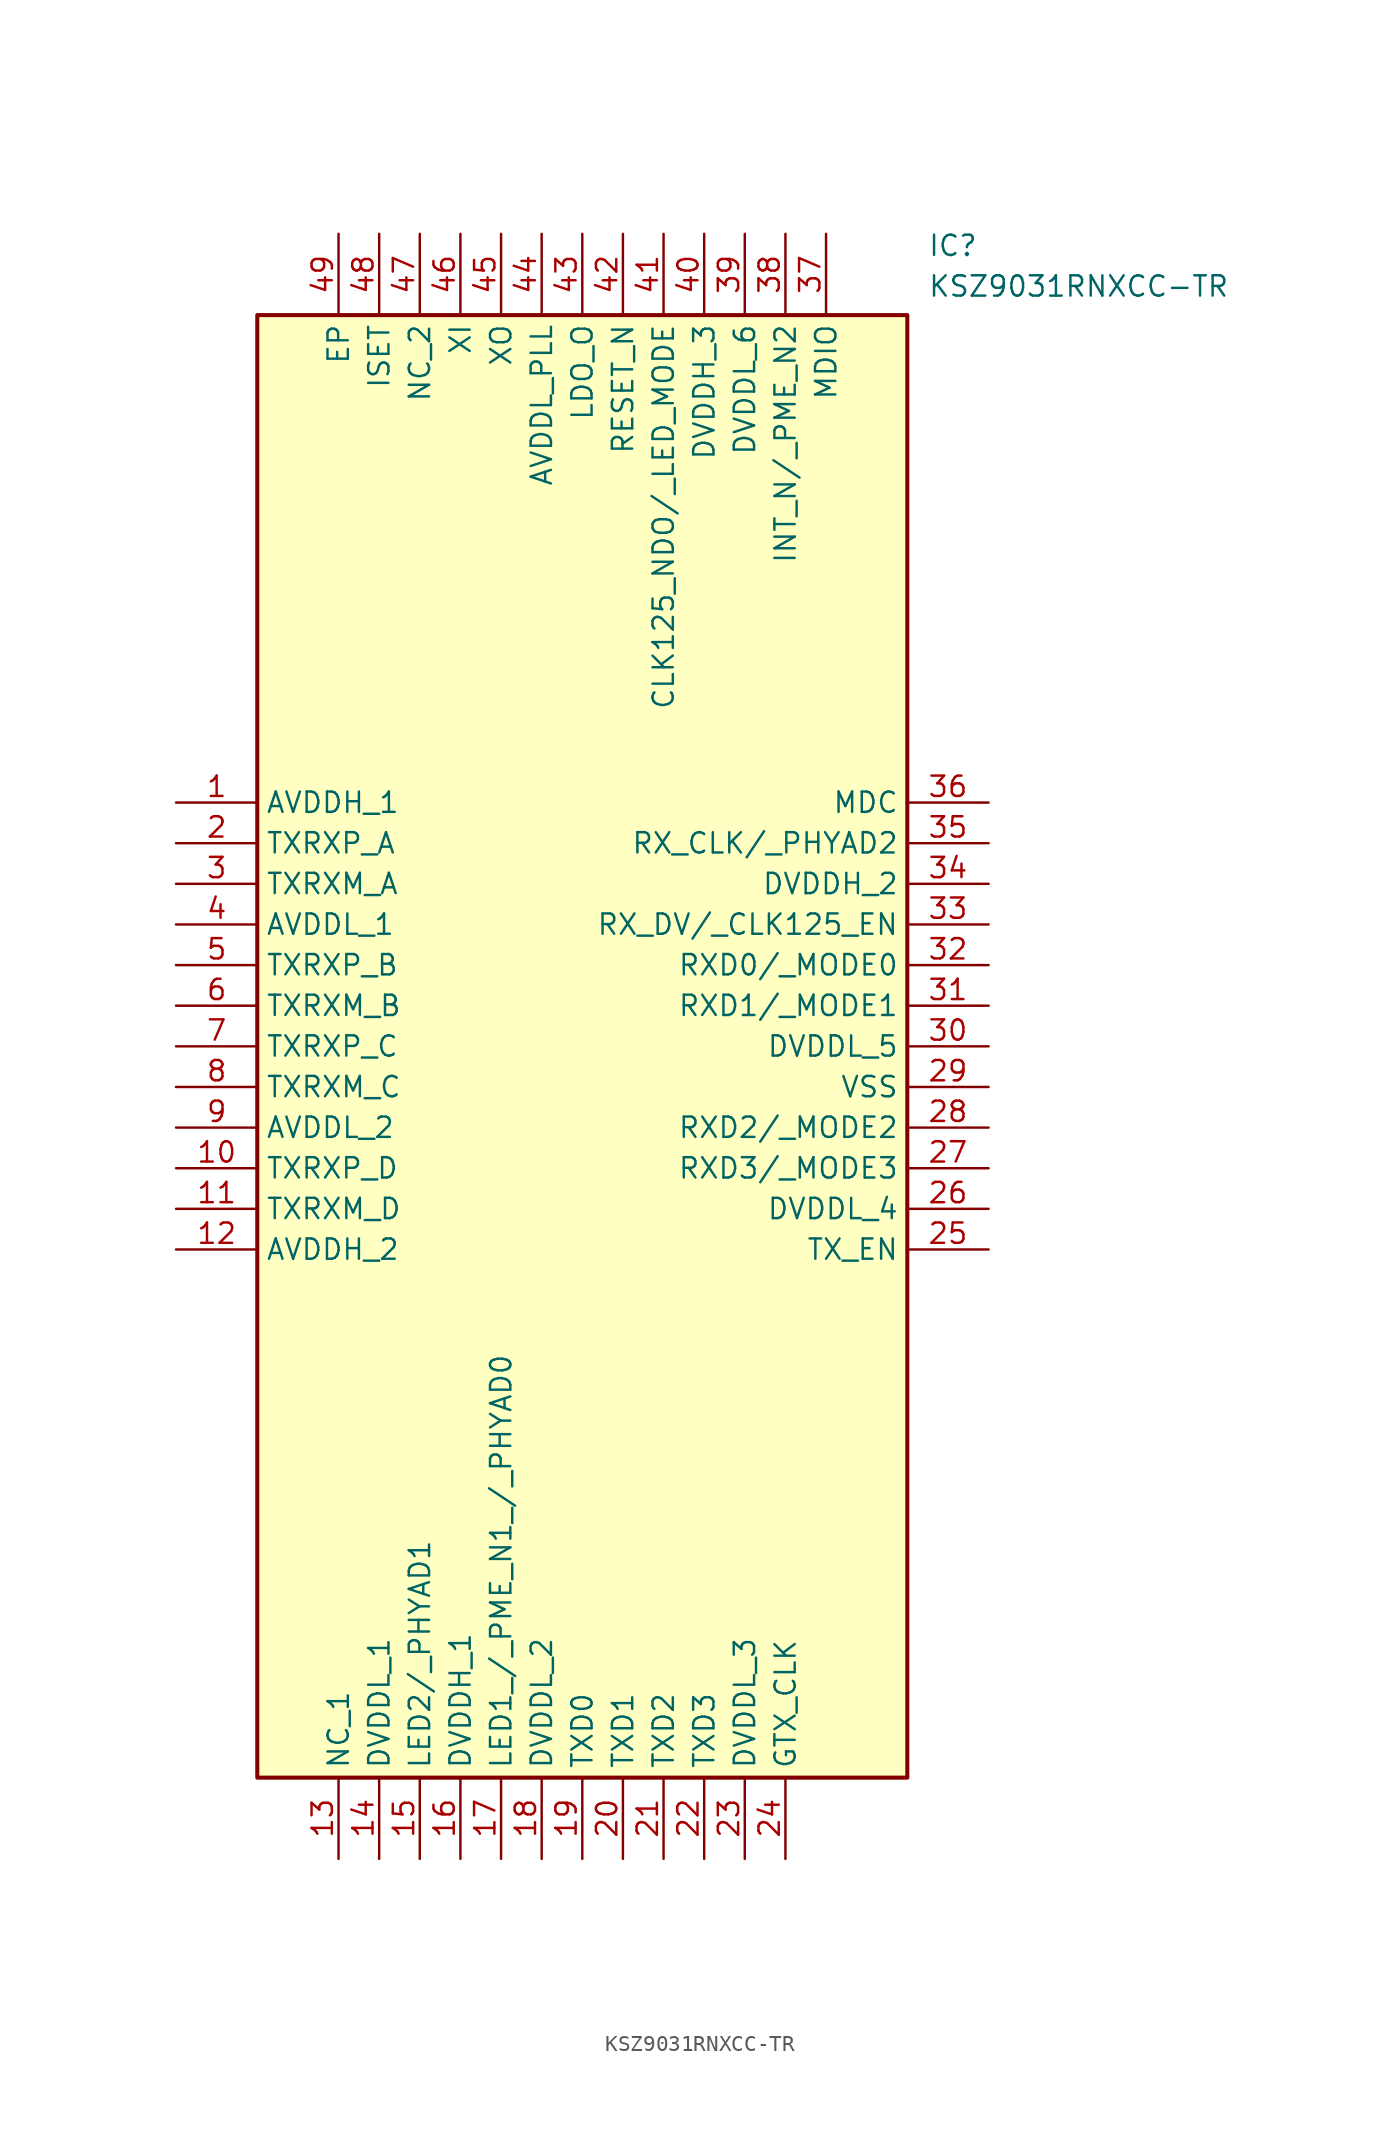
<source format=kicad_sym>
(kicad_symbol_lib
  (version 20211014)
  (generator SamacSys_ECAD_Model)
  (symbol "KSZ9031RNXCC-TR"
    (property "Reference" "IC"
      (at 46.99 35.56 0)
      (effects (font (size 1.27 1.27)) (justify left top)))
    (property "Value" "KSZ9031RNXCC-TR"
      (at 46.99 33.02 0)
      (effects (font (size 1.27 1.27)) (justify left top)))
    (rectangle
      (start 5.08 30.48)
      (end 45.72 -60.96)
      (stroke (width 0.254) (type default))
      (fill (type background)))
    (pin passive line
      (at 0 0 0)
      (length 5.08)
      (name "AVDDH_1" (effects (font (size 1.27 1.27))))
      (number "1" (effects (font (size 1.27 1.27)))))
    (pin passive line
      (at 0 -2.54 0)
      (length 5.08)
      (name "TXRXP_A" (effects (font (size 1.27 1.27))))
      (number "2" (effects (font (size 1.27 1.27)))))
    (pin passive line
      (at 0 -5.08 0)
      (length 5.08)
      (name "TXRXM_A" (effects (font (size 1.27 1.27))))
      (number "3" (effects (font (size 1.27 1.27)))))
    (pin passive line
      (at 0 -7.62 0)
      (length 5.08)
      (name "AVDDL_1" (effects (font (size 1.27 1.27))))
      (number "4" (effects (font (size 1.27 1.27)))))
    (pin passive line
      (at 0 -10.16 0)
      (length 5.08)
      (name "TXRXP_B" (effects (font (size 1.27 1.27))))
      (number "5" (effects (font (size 1.27 1.27)))))
    (pin passive line
      (at 0 -12.7 0)
      (length 5.08)
      (name "TXRXM_B" (effects (font (size 1.27 1.27))))
      (number "6" (effects (font (size 1.27 1.27)))))
    (pin passive line
      (at 0 -15.24 0)
      (length 5.08)
      (name "TXRXP_C" (effects (font (size 1.27 1.27))))
      (number "7" (effects (font (size 1.27 1.27)))))
    (pin passive line
      (at 0 -17.78 0)
      (length 5.08)
      (name "TXRXM_C" (effects (font (size 1.27 1.27))))
      (number "8" (effects (font (size 1.27 1.27)))))
    (pin passive line
      (at 0 -20.32 0)
      (length 5.08)
      (name "AVDDL_2" (effects (font (size 1.27 1.27))))
      (number "9" (effects (font (size 1.27 1.27)))))
    (pin passive line
      (at 0 -22.86 0)
      (length 5.08)
      (name "TXRXP_D" (effects (font (size 1.27 1.27))))
      (number "10" (effects (font (size 1.27 1.27)))))
    (pin passive line
      (at 0 -25.4 0)
      (length 5.08)
      (name "TXRXM_D" (effects (font (size 1.27 1.27))))
      (number "11" (effects (font (size 1.27 1.27)))))
    (pin passive line
      (at 0 -27.94 0)
      (length 5.08)
      (name "AVDDH_2" (effects (font (size 1.27 1.27))))
      (number "12" (effects (font (size 1.27 1.27)))))
    (pin passive line
      (at 10.16 -66.04 90)
      (length 5.08)
      (name "NC_1" (effects (font (size 1.27 1.27))))
      (number "13" (effects (font (size 1.27 1.27)))))
    (pin passive line
      (at 12.7 -66.04 90)
      (length 5.08)
      (name "DVDDL_1" (effects (font (size 1.27 1.27))))
      (number "14" (effects (font (size 1.27 1.27)))))
    (pin passive line
      (at 15.24 -66.04 90)
      (length 5.08)
      (name "LED2/_PHYAD1" (effects (font (size 1.27 1.27))))
      (number "15" (effects (font (size 1.27 1.27)))))
    (pin passive line
      (at 17.78 -66.04 90)
      (length 5.08)
      (name "DVDDH_1" (effects (font (size 1.27 1.27))))
      (number "16" (effects (font (size 1.27 1.27)))))
    (pin passive line
      (at 20.32 -66.04 90)
      (length 5.08)
      (name "LED1_/_PME_N1_/_PHYAD0" (effects (font (size 1.27 1.27))))
      (number "17" (effects (font (size 1.27 1.27)))))
    (pin passive line
      (at 22.86 -66.04 90)
      (length 5.08)
      (name "DVDDL_2" (effects (font (size 1.27 1.27))))
      (number "18" (effects (font (size 1.27 1.27)))))
    (pin passive line
      (at 25.4 -66.04 90)
      (length 5.08)
      (name "TXD0" (effects (font (size 1.27 1.27))))
      (number "19" (effects (font (size 1.27 1.27)))))
    (pin passive line
      (at 27.94 -66.04 90)
      (length 5.08)
      (name "TXD1" (effects (font (size 1.27 1.27))))
      (number "20" (effects (font (size 1.27 1.27)))))
    (pin passive line
      (at 30.48 -66.04 90)
      (length 5.08)
      (name "TXD2" (effects (font (size 1.27 1.27))))
      (number "21" (effects (font (size 1.27 1.27)))))
    (pin passive line
      (at 33.02 -66.04 90)
      (length 5.08)
      (name "TXD3" (effects (font (size 1.27 1.27))))
      (number "22" (effects (font (size 1.27 1.27)))))
    (pin passive line
      (at 35.56 -66.04 90)
      (length 5.08)
      (name "DVDDL_3" (effects (font (size 1.27 1.27))))
      (number "23" (effects (font (size 1.27 1.27)))))
    (pin passive line
      (at 38.1 -66.04 90)
      (length 5.08)
      (name "GTX_CLK" (effects (font (size 1.27 1.27))))
      (number "24" (effects (font (size 1.27 1.27)))))
    (pin passive line
      (at 50.8 0 180)
      (length 5.08)
      (name "MDC" (effects (font (size 1.27 1.27))))
      (number "36" (effects (font (size 1.27 1.27)))))
    (pin passive line
      (at 50.8 -2.54 180)
      (length 5.08)
      (name "RX_CLK/_PHYAD2" (effects (font (size 1.27 1.27))))
      (number "35" (effects (font (size 1.27 1.27)))))
    (pin passive line
      (at 50.8 -5.08 180)
      (length 5.08)
      (name "DVDDH_2" (effects (font (size 1.27 1.27))))
      (number "34" (effects (font (size 1.27 1.27)))))
    (pin passive line
      (at 50.8 -7.62 180)
      (length 5.08)
      (name "RX_DV/_CLK125_EN" (effects (font (size 1.27 1.27))))
      (number "33" (effects (font (size 1.27 1.27)))))
    (pin passive line
      (at 50.8 -10.16 180)
      (length 5.08)
      (name "RXD0/_MODE0" (effects (font (size 1.27 1.27))))
      (number "32" (effects (font (size 1.27 1.27)))))
    (pin passive line
      (at 50.8 -12.7 180)
      (length 5.08)
      (name "RXD1/_MODE1" (effects (font (size 1.27 1.27))))
      (number "31" (effects (font (size 1.27 1.27)))))
    (pin passive line
      (at 50.8 -15.24 180)
      (length 5.08)
      (name "DVDDL_5" (effects (font (size 1.27 1.27))))
      (number "30" (effects (font (size 1.27 1.27)))))
    (pin passive line
      (at 50.8 -17.78 180)
      (length 5.08)
      (name "VSS" (effects (font (size 1.27 1.27))))
      (number "29" (effects (font (size 1.27 1.27)))))
    (pin passive line
      (at 50.8 -20.32 180)
      (length 5.08)
      (name "RXD2/_MODE2" (effects (font (size 1.27 1.27))))
      (number "28" (effects (font (size 1.27 1.27)))))
    (pin passive line
      (at 50.8 -22.86 180)
      (length 5.08)
      (name "RXD3/_MODE3" (effects (font (size 1.27 1.27))))
      (number "27" (effects (font (size 1.27 1.27)))))
    (pin passive line
      (at 50.8 -25.4 180)
      (length 5.08)
      (name "DVDDL_4" (effects (font (size 1.27 1.27))))
      (number "26" (effects (font (size 1.27 1.27)))))
    (pin passive line
      (at 50.8 -27.94 180)
      (length 5.08)
      (name "TX_EN" (effects (font (size 1.27 1.27))))
      (number "25" (effects (font (size 1.27 1.27)))))
    (pin passive line
      (at 10.16 35.56 270)
      (length 5.08)
      (name "EP" (effects (font (size 1.27 1.27))))
      (number "49" (effects (font (size 1.27 1.27)))))
    (pin passive line
      (at 12.7 35.56 270)
      (length 5.08)
      (name "ISET" (effects (font (size 1.27 1.27))))
      (number "48" (effects (font (size 1.27 1.27)))))
    (pin passive line
      (at 15.24 35.56 270)
      (length 5.08)
      (name "NC_2" (effects (font (size 1.27 1.27))))
      (number "47" (effects (font (size 1.27 1.27)))))
    (pin passive line
      (at 17.78 35.56 270)
      (length 5.08)
      (name "XI" (effects (font (size 1.27 1.27))))
      (number "46" (effects (font (size 1.27 1.27)))))
    (pin passive line
      (at 20.32 35.56 270)
      (length 5.08)
      (name "XO" (effects (font (size 1.27 1.27))))
      (number "45" (effects (font (size 1.27 1.27)))))
    (pin passive line
      (at 22.86 35.56 270)
      (length 5.08)
      (name "AVDDL_PLL" (effects (font (size 1.27 1.27))))
      (number "44" (effects (font (size 1.27 1.27)))))
    (pin passive line
      (at 25.4 35.56 270)
      (length 5.08)
      (name "LDO_O" (effects (font (size 1.27 1.27))))
      (number "43" (effects (font (size 1.27 1.27)))))
    (pin passive line
      (at 27.94 35.56 270)
      (length 5.08)
      (name "RESET_N" (effects (font (size 1.27 1.27))))
      (number "42" (effects (font (size 1.27 1.27)))))
    (pin passive line
      (at 30.48 35.56 270)
      (length 5.08)
      (name "CLK125_NDO/_LED_MODE" (effects (font (size 1.27 1.27))))
      (number "41" (effects (font (size 1.27 1.27)))))
    (pin passive line
      (at 33.02 35.56 270)
      (length 5.08)
      (name "DVDDH_3" (effects (font (size 1.27 1.27))))
      (number "40" (effects (font (size 1.27 1.27)))))
    (pin passive line
      (at 35.56 35.56 270)
      (length 5.08)
      (name "DVDDL_6" (effects (font (size 1.27 1.27))))
      (number "39" (effects (font (size 1.27 1.27)))))
    (pin passive line
      (at 38.1 35.56 270)
      (length 5.08)
      (name "INT_N/_PME_N2" (effects (font (size 1.27 1.27))))
      (number "38" (effects (font (size 1.27 1.27)))))
    (pin passive line
      (at 40.64 35.56 270)
      (length 5.08)
      (name "MDIO" (effects (font (size 1.27 1.27))))
      (number "37" (effects (font (size 1.27 1.27)))))))
</source>
